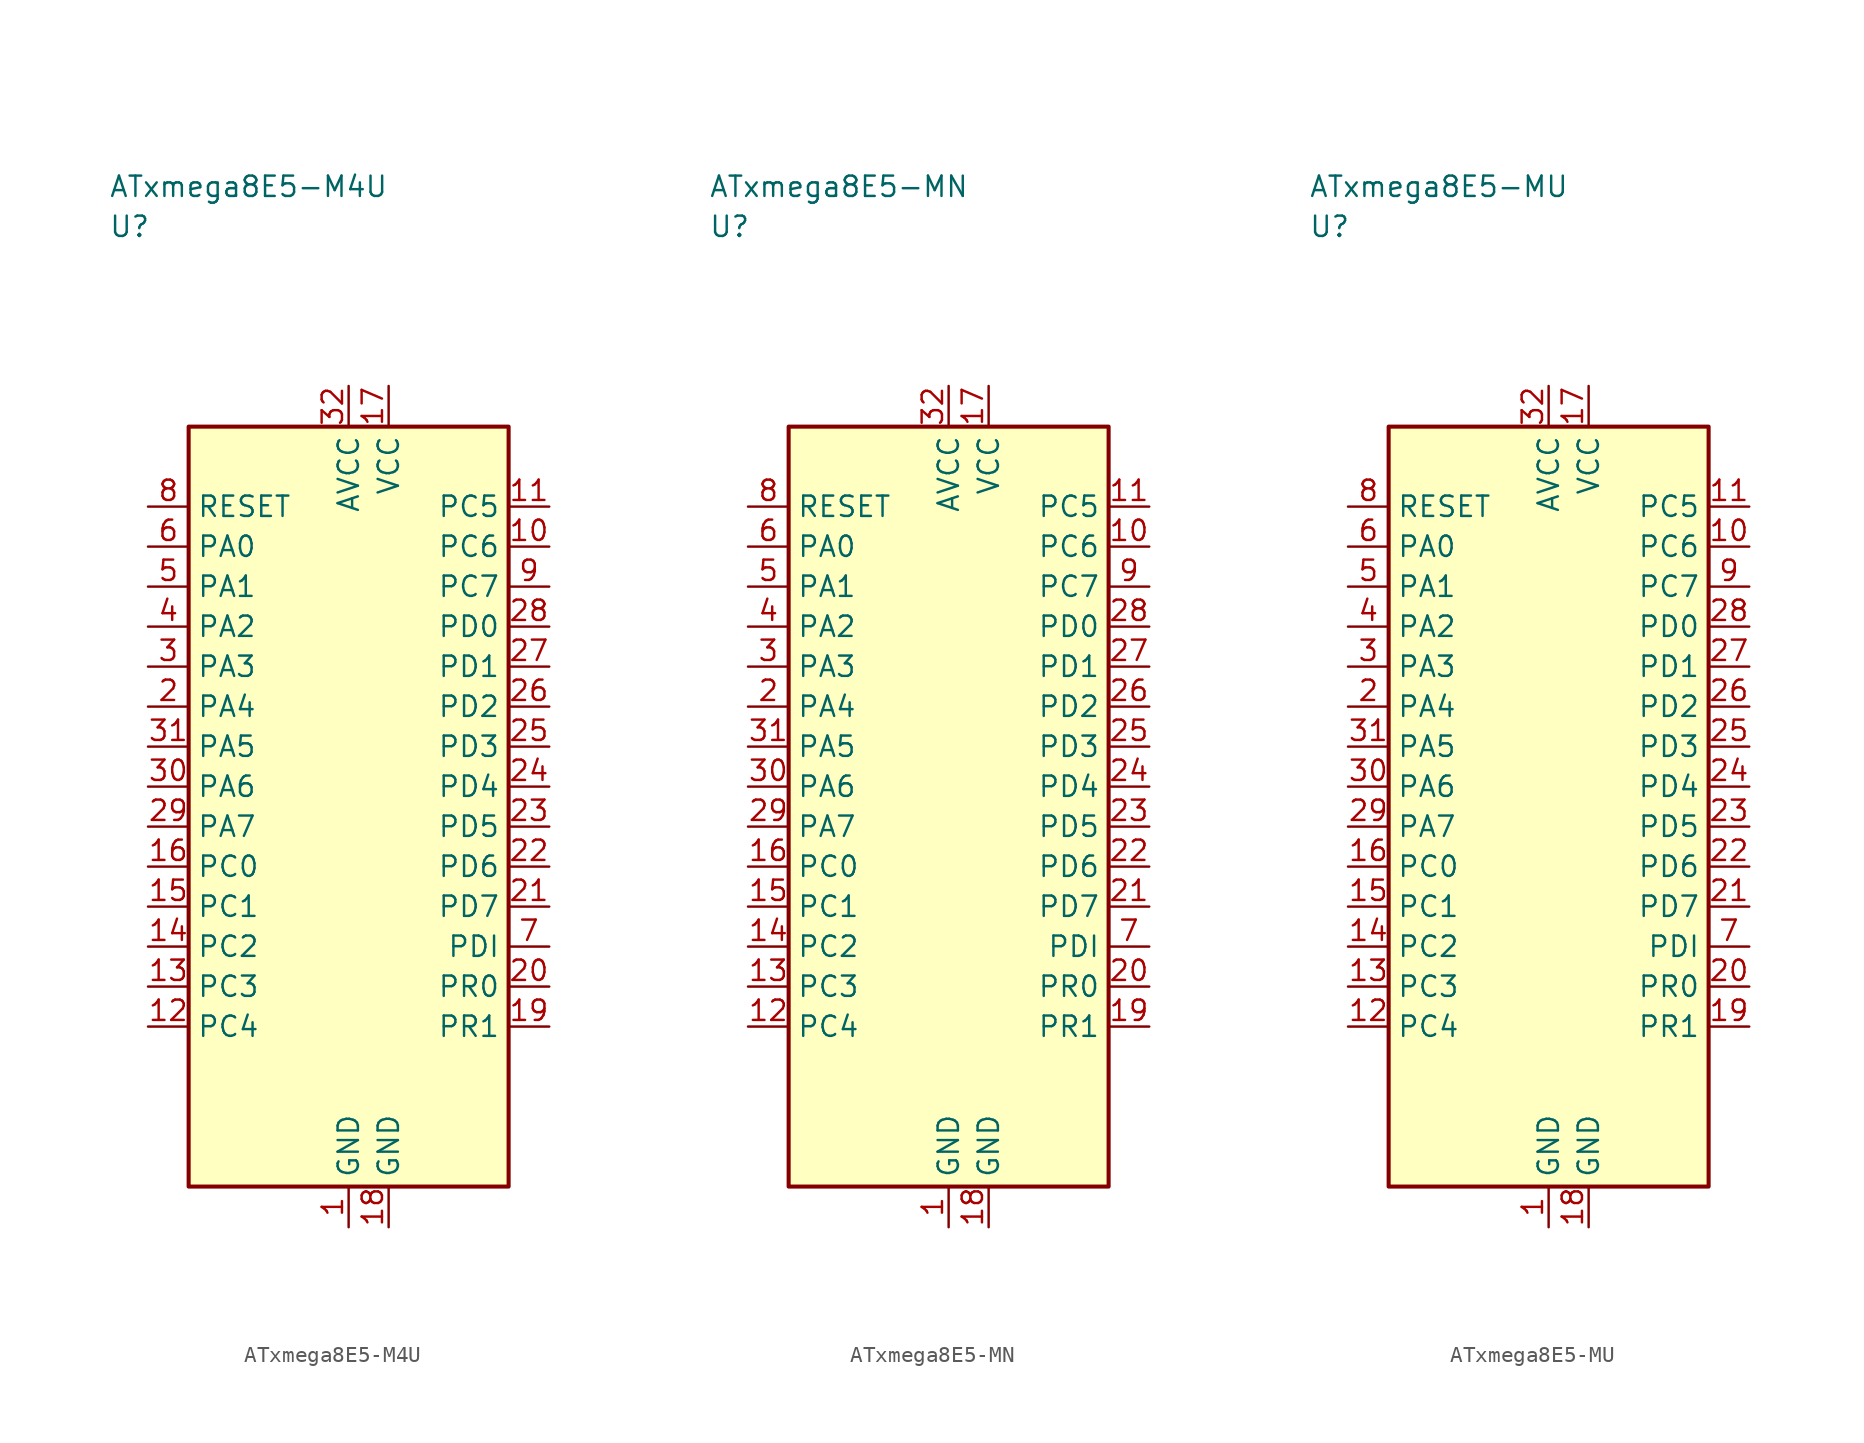
<source format=kicad_sym>
(kicad_symbol_lib
  (version 20241025)
  (generator "kicad_symbol_editor")
  (generator_version "8.0")
  (symbol "ATxmega8E5-M4U"
    (property "Reference" "U"
      (at -15.0 36.25 0)
      (effects (font (size 1.27 1.27)) (justify left)))
    (property "Value" "ATxmega8E5-M4U"
      (at -15.0 38.75 0)
      (effects (font (size 1.27 1.27)) (justify left)))
    (symbol "ATxmega8E5-M4U_0_1"
      (rectangle (start -10.0 23.75) (end 10.0 -23.75) (stroke (width 0.254) (type default)) (fill (type background))))
    (symbol "ATxmega8E5-M4U_1_1"
      (pin passive line (at 0.0 -26.29 90.0) (length 2.54) (name "GND" (effects (font (size 1.27 1.27)))) (number "1" (effects (font (size 1.27 1.27)))))
      (pin bidirectional line (at -12.54 6.25 0.0) (length 2.54) (name "PA4" (effects (font (size 1.27 1.27)))) (number "2" (effects (font (size 1.27 1.27)))))
      (pin bidirectional line (at -12.54 8.75 0.0) (length 2.54) (name "PA3" (effects (font (size 1.27 1.27)))) (number "3" (effects (font (size 1.27 1.27)))))
      (pin bidirectional line (at -12.54 11.25 0.0) (length 2.54) (name "PA2" (effects (font (size 1.27 1.27)))) (number "4" (effects (font (size 1.27 1.27)))))
      (pin bidirectional line (at -12.54 13.75 0.0) (length 2.54) (name "PA1" (effects (font (size 1.27 1.27)))) (number "5" (effects (font (size 1.27 1.27)))))
      (pin bidirectional line (at -12.54 16.25 0.0) (length 2.54) (name "PA0" (effects (font (size 1.27 1.27)))) (number "6" (effects (font (size 1.27 1.27)))))
      (pin bidirectional line (at 12.54 -8.75 180.0) (length 2.54) (name "PDI" (effects (font (size 1.27 1.27)))) (number "7" (effects (font (size 1.27 1.27)))))
      (pin input line (at -12.54 18.75 0.0) (length 2.54) (name "RESET" (effects (font (size 1.27 1.27)))) (number "8" (effects (font (size 1.27 1.27)))))
      (pin bidirectional line (at 12.54 13.75 180.0) (length 2.54) (name "PC7" (effects (font (size 1.27 1.27)))) (number "9" (effects (font (size 1.27 1.27)))))
      (pin bidirectional line (at 12.54 16.25 180.0) (length 2.54) (name "PC6" (effects (font (size 1.27 1.27)))) (number "10" (effects (font (size 1.27 1.27)))))
      (pin bidirectional line (at 12.54 18.75 180.0) (length 2.54) (name "PC5" (effects (font (size 1.27 1.27)))) (number "11" (effects (font (size 1.27 1.27)))))
      (pin bidirectional line (at -12.54 -13.75 0.0) (length 2.54) (name "PC4" (effects (font (size 1.27 1.27)))) (number "12" (effects (font (size 1.27 1.27)))))
      (pin bidirectional line (at -12.54 -11.25 0.0) (length 2.54) (name "PC3" (effects (font (size 1.27 1.27)))) (number "13" (effects (font (size 1.27 1.27)))))
      (pin bidirectional line (at -12.54 -8.75 0.0) (length 2.54) (name "PC2" (effects (font (size 1.27 1.27)))) (number "14" (effects (font (size 1.27 1.27)))))
      (pin bidirectional line (at -12.54 -6.25 0.0) (length 2.54) (name "PC1" (effects (font (size 1.27 1.27)))) (number "15" (effects (font (size 1.27 1.27)))))
      (pin bidirectional line (at -12.54 -3.75 0.0) (length 2.54) (name "PC0" (effects (font (size 1.27 1.27)))) (number "16" (effects (font (size 1.27 1.27)))))
      (pin power_in line (at 2.5 26.29 270.0) (length 2.54) (name "VCC" (effects (font (size 1.27 1.27)))) (number "17" (effects (font (size 1.27 1.27)))))
      (pin passive line (at 2.5 -26.29 90.0) (length 2.54) (name "GND" (effects (font (size 1.27 1.27)))) (number "18" (effects (font (size 1.27 1.27)))))
      (pin bidirectional line (at 12.54 -13.75 180.0) (length 2.54) (name "PR1" (effects (font (size 1.27 1.27)))) (number "19" (effects (font (size 1.27 1.27)))))
      (pin bidirectional line (at 12.54 -11.25 180.0) (length 2.54) (name "PR0" (effects (font (size 1.27 1.27)))) (number "20" (effects (font (size 1.27 1.27)))))
      (pin bidirectional line (at 12.54 -6.25 180.0) (length 2.54) (name "PD7" (effects (font (size 1.27 1.27)))) (number "21" (effects (font (size 1.27 1.27)))))
      (pin bidirectional line (at 12.54 -3.75 180.0) (length 2.54) (name "PD6" (effects (font (size 1.27 1.27)))) (number "22" (effects (font (size 1.27 1.27)))))
      (pin bidirectional line (at 12.54 -1.25 180.0) (length 2.54) (name "PD5" (effects (font (size 1.27 1.27)))) (number "23" (effects (font (size 1.27 1.27)))))
      (pin bidirectional line (at 12.54 1.25 180.0) (length 2.54) (name "PD4" (effects (font (size 1.27 1.27)))) (number "24" (effects (font (size 1.27 1.27)))))
      (pin bidirectional line (at 12.54 3.75 180.0) (length 2.54) (name "PD3" (effects (font (size 1.27 1.27)))) (number "25" (effects (font (size 1.27 1.27)))))
      (pin bidirectional line (at 12.54 6.25 180.0) (length 2.54) (name "PD2" (effects (font (size 1.27 1.27)))) (number "26" (effects (font (size 1.27 1.27)))))
      (pin bidirectional line (at 12.54 8.75 180.0) (length 2.54) (name "PD1" (effects (font (size 1.27 1.27)))) (number "27" (effects (font (size 1.27 1.27)))))
      (pin bidirectional line (at 12.54 11.25 180.0) (length 2.54) (name "PD0" (effects (font (size 1.27 1.27)))) (number "28" (effects (font (size 1.27 1.27)))))
      (pin bidirectional line (at -12.54 -1.25 0.0) (length 2.54) (name "PA7" (effects (font (size 1.27 1.27)))) (number "29" (effects (font (size 1.27 1.27)))))
      (pin bidirectional line (at -12.54 1.25 0.0) (length 2.54) (name "PA6" (effects (font (size 1.27 1.27)))) (number "30" (effects (font (size 1.27 1.27)))))
      (pin bidirectional line (at -12.54 3.75 0.0) (length 2.54) (name "PA5" (effects (font (size 1.27 1.27)))) (number "31" (effects (font (size 1.27 1.27)))))
      (pin power_in line (at 0.0 26.29 270.0) (length 2.54) (name "AVCC" (effects (font (size 1.27 1.27)))) (number "32" (effects (font (size 1.27 1.27)))))))
  (symbol "ATxmega8E5-MN"
    (property "Reference" "U"
      (at -15.0 36.25 0)
      (effects (font (size 1.27 1.27)) (justify left)))
    (property "Value" "ATxmega8E5-MN"
      (at -15.0 38.75 0)
      (effects (font (size 1.27 1.27)) (justify left)))
    (symbol "ATxmega8E5-MN_0_1"
      (rectangle (start -10.0 23.75) (end 10.0 -23.75) (stroke (width 0.254) (type default)) (fill (type background))))
    (symbol "ATxmega8E5-MN_1_1"
      (pin passive line (at 0.0 -26.29 90.0) (length 2.54) (name "GND" (effects (font (size 1.27 1.27)))) (number "1" (effects (font (size 1.27 1.27)))))
      (pin bidirectional line (at -12.54 6.25 0.0) (length 2.54) (name "PA4" (effects (font (size 1.27 1.27)))) (number "2" (effects (font (size 1.27 1.27)))))
      (pin bidirectional line (at -12.54 8.75 0.0) (length 2.54) (name "PA3" (effects (font (size 1.27 1.27)))) (number "3" (effects (font (size 1.27 1.27)))))
      (pin bidirectional line (at -12.54 11.25 0.0) (length 2.54) (name "PA2" (effects (font (size 1.27 1.27)))) (number "4" (effects (font (size 1.27 1.27)))))
      (pin bidirectional line (at -12.54 13.75 0.0) (length 2.54) (name "PA1" (effects (font (size 1.27 1.27)))) (number "5" (effects (font (size 1.27 1.27)))))
      (pin bidirectional line (at -12.54 16.25 0.0) (length 2.54) (name "PA0" (effects (font (size 1.27 1.27)))) (number "6" (effects (font (size 1.27 1.27)))))
      (pin bidirectional line (at 12.54 -8.75 180.0) (length 2.54) (name "PDI" (effects (font (size 1.27 1.27)))) (number "7" (effects (font (size 1.27 1.27)))))
      (pin input line (at -12.54 18.75 0.0) (length 2.54) (name "RESET" (effects (font (size 1.27 1.27)))) (number "8" (effects (font (size 1.27 1.27)))))
      (pin bidirectional line (at 12.54 13.75 180.0) (length 2.54) (name "PC7" (effects (font (size 1.27 1.27)))) (number "9" (effects (font (size 1.27 1.27)))))
      (pin bidirectional line (at 12.54 16.25 180.0) (length 2.54) (name "PC6" (effects (font (size 1.27 1.27)))) (number "10" (effects (font (size 1.27 1.27)))))
      (pin bidirectional line (at 12.54 18.75 180.0) (length 2.54) (name "PC5" (effects (font (size 1.27 1.27)))) (number "11" (effects (font (size 1.27 1.27)))))
      (pin bidirectional line (at -12.54 -13.75 0.0) (length 2.54) (name "PC4" (effects (font (size 1.27 1.27)))) (number "12" (effects (font (size 1.27 1.27)))))
      (pin bidirectional line (at -12.54 -11.25 0.0) (length 2.54) (name "PC3" (effects (font (size 1.27 1.27)))) (number "13" (effects (font (size 1.27 1.27)))))
      (pin bidirectional line (at -12.54 -8.75 0.0) (length 2.54) (name "PC2" (effects (font (size 1.27 1.27)))) (number "14" (effects (font (size 1.27 1.27)))))
      (pin bidirectional line (at -12.54 -6.25 0.0) (length 2.54) (name "PC1" (effects (font (size 1.27 1.27)))) (number "15" (effects (font (size 1.27 1.27)))))
      (pin bidirectional line (at -12.54 -3.75 0.0) (length 2.54) (name "PC0" (effects (font (size 1.27 1.27)))) (number "16" (effects (font (size 1.27 1.27)))))
      (pin power_in line (at 2.5 26.29 270.0) (length 2.54) (name "VCC" (effects (font (size 1.27 1.27)))) (number "17" (effects (font (size 1.27 1.27)))))
      (pin passive line (at 2.5 -26.29 90.0) (length 2.54) (name "GND" (effects (font (size 1.27 1.27)))) (number "18" (effects (font (size 1.27 1.27)))))
      (pin bidirectional line (at 12.54 -13.75 180.0) (length 2.54) (name "PR1" (effects (font (size 1.27 1.27)))) (number "19" (effects (font (size 1.27 1.27)))))
      (pin bidirectional line (at 12.54 -11.25 180.0) (length 2.54) (name "PR0" (effects (font (size 1.27 1.27)))) (number "20" (effects (font (size 1.27 1.27)))))
      (pin bidirectional line (at 12.54 -6.25 180.0) (length 2.54) (name "PD7" (effects (font (size 1.27 1.27)))) (number "21" (effects (font (size 1.27 1.27)))))
      (pin bidirectional line (at 12.54 -3.75 180.0) (length 2.54) (name "PD6" (effects (font (size 1.27 1.27)))) (number "22" (effects (font (size 1.27 1.27)))))
      (pin bidirectional line (at 12.54 -1.25 180.0) (length 2.54) (name "PD5" (effects (font (size 1.27 1.27)))) (number "23" (effects (font (size 1.27 1.27)))))
      (pin bidirectional line (at 12.54 1.25 180.0) (length 2.54) (name "PD4" (effects (font (size 1.27 1.27)))) (number "24" (effects (font (size 1.27 1.27)))))
      (pin bidirectional line (at 12.54 3.75 180.0) (length 2.54) (name "PD3" (effects (font (size 1.27 1.27)))) (number "25" (effects (font (size 1.27 1.27)))))
      (pin bidirectional line (at 12.54 6.25 180.0) (length 2.54) (name "PD2" (effects (font (size 1.27 1.27)))) (number "26" (effects (font (size 1.27 1.27)))))
      (pin bidirectional line (at 12.54 8.75 180.0) (length 2.54) (name "PD1" (effects (font (size 1.27 1.27)))) (number "27" (effects (font (size 1.27 1.27)))))
      (pin bidirectional line (at 12.54 11.25 180.0) (length 2.54) (name "PD0" (effects (font (size 1.27 1.27)))) (number "28" (effects (font (size 1.27 1.27)))))
      (pin bidirectional line (at -12.54 -1.25 0.0) (length 2.54) (name "PA7" (effects (font (size 1.27 1.27)))) (number "29" (effects (font (size 1.27 1.27)))))
      (pin bidirectional line (at -12.54 1.25 0.0) (length 2.54) (name "PA6" (effects (font (size 1.27 1.27)))) (number "30" (effects (font (size 1.27 1.27)))))
      (pin bidirectional line (at -12.54 3.75 0.0) (length 2.54) (name "PA5" (effects (font (size 1.27 1.27)))) (number "31" (effects (font (size 1.27 1.27)))))
      (pin power_in line (at 0.0 26.29 270.0) (length 2.54) (name "AVCC" (effects (font (size 1.27 1.27)))) (number "32" (effects (font (size 1.27 1.27)))))))
  (symbol "ATxmega8E5-MU"
    (property "Reference" "U"
      (at -15.0 36.25 0)
      (effects (font (size 1.27 1.27)) (justify left)))
    (property "Value" "ATxmega8E5-MU"
      (at -15.0 38.75 0)
      (effects (font (size 1.27 1.27)) (justify left)))
    (symbol "ATxmega8E5-MU_0_1"
      (rectangle (start -10.0 23.75) (end 10.0 -23.75) (stroke (width 0.254) (type default)) (fill (type background))))
    (symbol "ATxmega8E5-MU_1_1"
      (pin passive line (at 0.0 -26.29 90.0) (length 2.54) (name "GND" (effects (font (size 1.27 1.27)))) (number "1" (effects (font (size 1.27 1.27)))))
      (pin bidirectional line (at -12.54 6.25 0.0) (length 2.54) (name "PA4" (effects (font (size 1.27 1.27)))) (number "2" (effects (font (size 1.27 1.27)))))
      (pin bidirectional line (at -12.54 8.75 0.0) (length 2.54) (name "PA3" (effects (font (size 1.27 1.27)))) (number "3" (effects (font (size 1.27 1.27)))))
      (pin bidirectional line (at -12.54 11.25 0.0) (length 2.54) (name "PA2" (effects (font (size 1.27 1.27)))) (number "4" (effects (font (size 1.27 1.27)))))
      (pin bidirectional line (at -12.54 13.75 0.0) (length 2.54) (name "PA1" (effects (font (size 1.27 1.27)))) (number "5" (effects (font (size 1.27 1.27)))))
      (pin bidirectional line (at -12.54 16.25 0.0) (length 2.54) (name "PA0" (effects (font (size 1.27 1.27)))) (number "6" (effects (font (size 1.27 1.27)))))
      (pin bidirectional line (at 12.54 -8.75 180.0) (length 2.54) (name "PDI" (effects (font (size 1.27 1.27)))) (number "7" (effects (font (size 1.27 1.27)))))
      (pin input line (at -12.54 18.75 0.0) (length 2.54) (name "RESET" (effects (font (size 1.27 1.27)))) (number "8" (effects (font (size 1.27 1.27)))))
      (pin bidirectional line (at 12.54 13.75 180.0) (length 2.54) (name "PC7" (effects (font (size 1.27 1.27)))) (number "9" (effects (font (size 1.27 1.27)))))
      (pin bidirectional line (at 12.54 16.25 180.0) (length 2.54) (name "PC6" (effects (font (size 1.27 1.27)))) (number "10" (effects (font (size 1.27 1.27)))))
      (pin bidirectional line (at 12.54 18.75 180.0) (length 2.54) (name "PC5" (effects (font (size 1.27 1.27)))) (number "11" (effects (font (size 1.27 1.27)))))
      (pin bidirectional line (at -12.54 -13.75 0.0) (length 2.54) (name "PC4" (effects (font (size 1.27 1.27)))) (number "12" (effects (font (size 1.27 1.27)))))
      (pin bidirectional line (at -12.54 -11.25 0.0) (length 2.54) (name "PC3" (effects (font (size 1.27 1.27)))) (number "13" (effects (font (size 1.27 1.27)))))
      (pin bidirectional line (at -12.54 -8.75 0.0) (length 2.54) (name "PC2" (effects (font (size 1.27 1.27)))) (number "14" (effects (font (size 1.27 1.27)))))
      (pin bidirectional line (at -12.54 -6.25 0.0) (length 2.54) (name "PC1" (effects (font (size 1.27 1.27)))) (number "15" (effects (font (size 1.27 1.27)))))
      (pin bidirectional line (at -12.54 -3.75 0.0) (length 2.54) (name "PC0" (effects (font (size 1.27 1.27)))) (number "16" (effects (font (size 1.27 1.27)))))
      (pin power_in line (at 2.5 26.29 270.0) (length 2.54) (name "VCC" (effects (font (size 1.27 1.27)))) (number "17" (effects (font (size 1.27 1.27)))))
      (pin passive line (at 2.5 -26.29 90.0) (length 2.54) (name "GND" (effects (font (size 1.27 1.27)))) (number "18" (effects (font (size 1.27 1.27)))))
      (pin bidirectional line (at 12.54 -13.75 180.0) (length 2.54) (name "PR1" (effects (font (size 1.27 1.27)))) (number "19" (effects (font (size 1.27 1.27)))))
      (pin bidirectional line (at 12.54 -11.25 180.0) (length 2.54) (name "PR0" (effects (font (size 1.27 1.27)))) (number "20" (effects (font (size 1.27 1.27)))))
      (pin bidirectional line (at 12.54 -6.25 180.0) (length 2.54) (name "PD7" (effects (font (size 1.27 1.27)))) (number "21" (effects (font (size 1.27 1.27)))))
      (pin bidirectional line (at 12.54 -3.75 180.0) (length 2.54) (name "PD6" (effects (font (size 1.27 1.27)))) (number "22" (effects (font (size 1.27 1.27)))))
      (pin bidirectional line (at 12.54 -1.25 180.0) (length 2.54) (name "PD5" (effects (font (size 1.27 1.27)))) (number "23" (effects (font (size 1.27 1.27)))))
      (pin bidirectional line (at 12.54 1.25 180.0) (length 2.54) (name "PD4" (effects (font (size 1.27 1.27)))) (number "24" (effects (font (size 1.27 1.27)))))
      (pin bidirectional line (at 12.54 3.75 180.0) (length 2.54) (name "PD3" (effects (font (size 1.27 1.27)))) (number "25" (effects (font (size 1.27 1.27)))))
      (pin bidirectional line (at 12.54 6.25 180.0) (length 2.54) (name "PD2" (effects (font (size 1.27 1.27)))) (number "26" (effects (font (size 1.27 1.27)))))
      (pin bidirectional line (at 12.54 8.75 180.0) (length 2.54) (name "PD1" (effects (font (size 1.27 1.27)))) (number "27" (effects (font (size 1.27 1.27)))))
      (pin bidirectional line (at 12.54 11.25 180.0) (length 2.54) (name "PD0" (effects (font (size 1.27 1.27)))) (number "28" (effects (font (size 1.27 1.27)))))
      (pin bidirectional line (at -12.54 -1.25 0.0) (length 2.54) (name "PA7" (effects (font (size 1.27 1.27)))) (number "29" (effects (font (size 1.27 1.27)))))
      (pin bidirectional line (at -12.54 1.25 0.0) (length 2.54) (name "PA6" (effects (font (size 1.27 1.27)))) (number "30" (effects (font (size 1.27 1.27)))))
      (pin bidirectional line (at -12.54 3.75 0.0) (length 2.54) (name "PA5" (effects (font (size 1.27 1.27)))) (number "31" (effects (font (size 1.27 1.27)))))
      (pin power_in line (at 0.0 26.29 270.0) (length 2.54) (name "AVCC" (effects (font (size 1.27 1.27)))) (number "32" (effects (font (size 1.27 1.27))))))))
</source>
